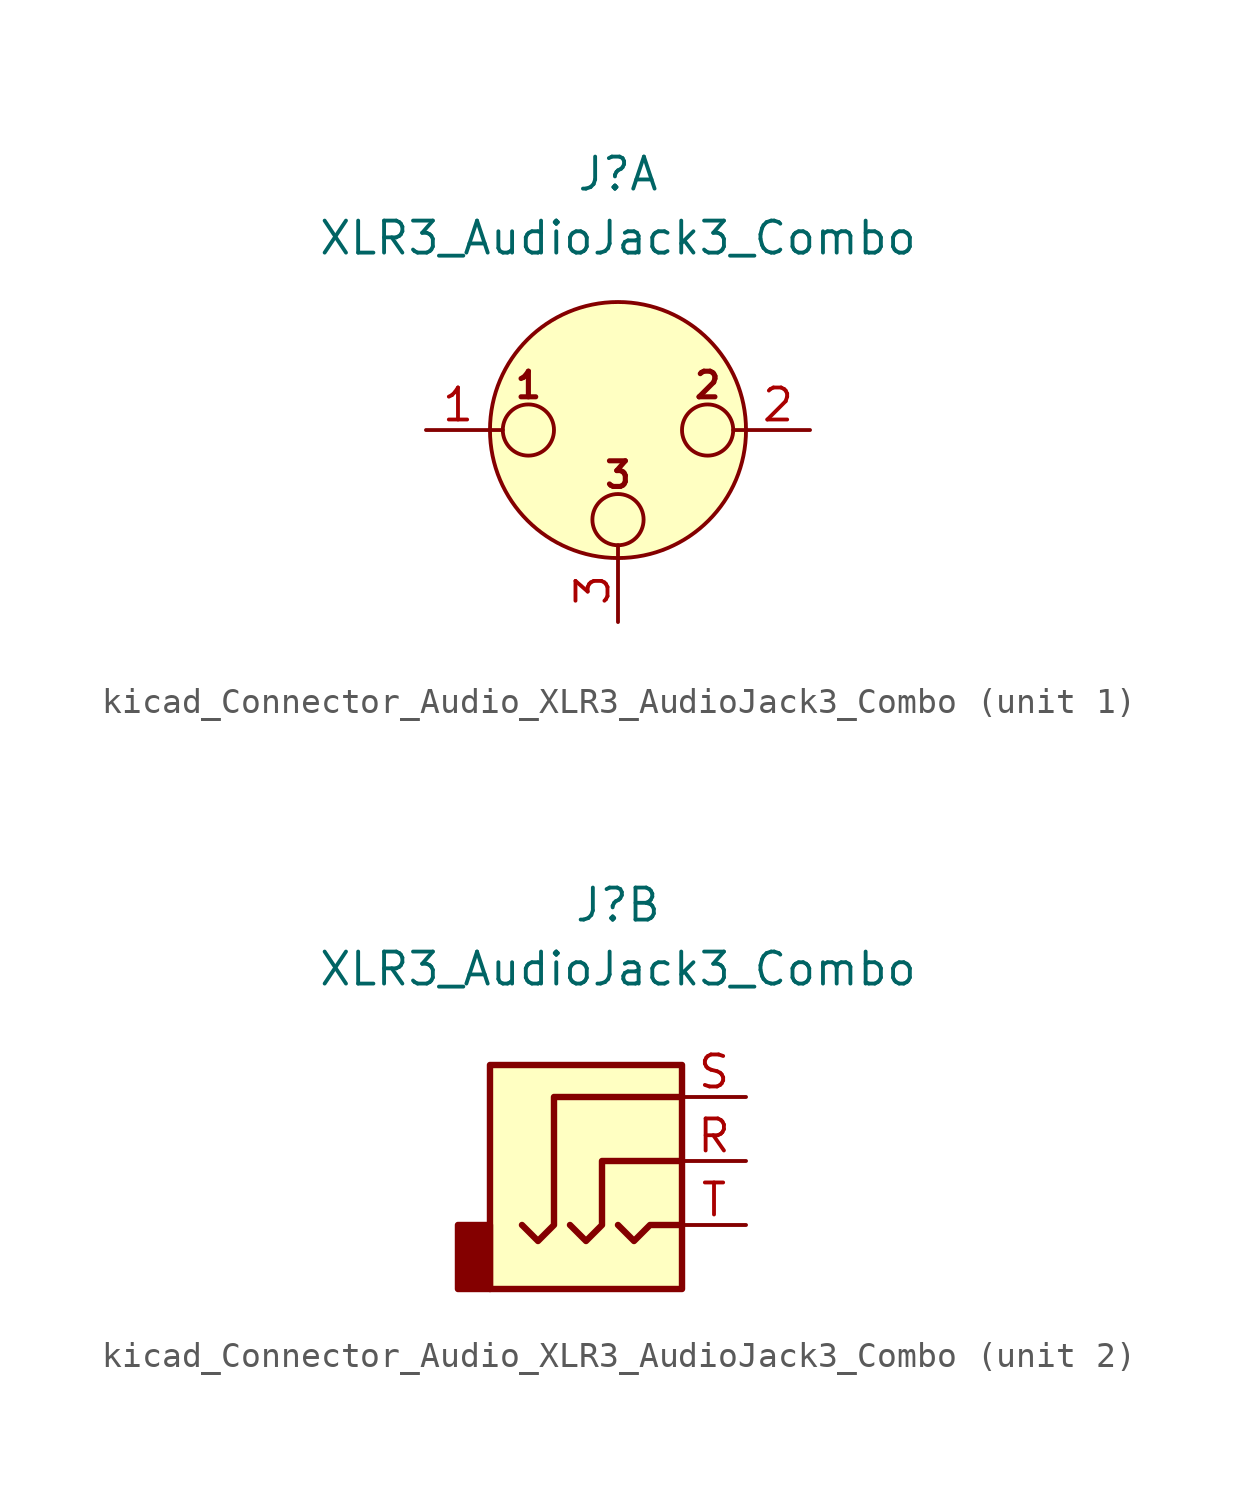
<source format=kicad_sym>
(kicad_symbol_lib
  (version 20220914)
  (generator kicad_symbol_editor)
  (symbol "kicad_Connector_Audio_XLR3_AudioJack3_Combo"
    (pin_names hide)
    (property "Reference" "J"
      (at 0 10.16 0)
      (effects (font (size 1.27 1.27))))
    (property "Value" "XLR3_AudioJack3_Combo"
      (at 0 7.62 0)
      (effects (font (size 1.27 1.27))))
    (symbol "kicad_Connector_Audio_XLR3_AudioJack3_Combo_1_1"
      (circle (center -3.556 0) (radius 1.016) (stroke (width 0) (type default)) (fill (type none)))
      (circle (center 0 -3.556) (radius 1.016) (stroke (width 0) (type default)) (fill (type none)))
      (polyline (pts (xy -5.08 0) (xy -4.572 0)) (stroke (width 0) (type default)) (fill (type none)))
      (polyline (pts (xy 0 -5.08) (xy 0 -4.572)) (stroke (width 0) (type default)) (fill (type none)))
      (polyline (pts (xy 5.08 0) (xy 4.572 0)) (stroke (width 0) (type default)) (fill (type none)))
      (circle (center 0 0) (radius 5.08) (stroke (width 0) (type default)) (fill (type background)))
      (circle (center 3.556 0) (radius 1.016) (stroke (width 0) (type default)) (fill (type none)))
      (text "1" (at -3.556 1.778 0) (effects (font (size 1.016 1.016) bold)))
      (text "2" (at 3.556 1.778 0) (effects (font (size 1.016 1.016) bold)))
      (text "3" (at 0 -1.778 0) (effects (font (size 1.016 1.016) bold)))
      (pin passive line (at -7.62 0 0) (length 2.54) (name "~" (effects (font (size 1.27 1.27)))) (number "1" (effects (font (size 1.27 1.27)))))
      (pin passive line (at 7.62 0 180) (length 2.54) (name "~" (effects (font (size 1.27 1.27)))) (number "2" (effects (font (size 1.27 1.27)))))
      (pin passive line (at 0 -7.62 90) (length 2.54) (name "~" (effects (font (size 1.27 1.27)))) (number "3" (effects (font (size 1.27 1.27))))))
    (symbol "kicad_Connector_Audio_XLR3_AudioJack3_Combo_2_1"
      (rectangle (start -5.08 -2.54) (end -6.35 -5.08) (stroke (width 0.254) (type default)) (fill (type outline)))
      (polyline (pts (xy 0 -2.54) (xy 0.635 -3.175) (xy 1.27 -2.54) (xy 2.54 -2.54)) (stroke (width 0.254) (type default)) (fill (type none)))
      (polyline (pts (xy -1.905 -2.54) (xy -1.27 -3.175) (xy -0.635 -2.54) (xy -0.635 0) (xy 2.54 0)) (stroke (width 0.254) (type default)) (fill (type none)))
      (polyline (pts (xy 2.54 2.54) (xy -2.54 2.54) (xy -2.54 -2.54) (xy -3.175 -3.175) (xy -3.81 -2.54)) (stroke (width 0.254) (type default)) (fill (type none)))
      (rectangle (start 2.54 3.81) (end -5.08 -5.08) (stroke (width 0.254) (type default)) (fill (type background)))
      (pin passive line (at 5.08 0 180) (length 2.54) (name "~" (effects (font (size 1.27 1.27)))) (number "R" (effects (font (size 1.27 1.27)))))
      (pin passive line (at 5.08 2.54 180) (length 2.54) (name "~" (effects (font (size 1.27 1.27)))) (number "S" (effects (font (size 1.27 1.27)))))
      (pin passive line (at 5.08 -2.54 180) (length 2.54) (name "~" (effects (font (size 1.27 1.27)))) (number "T" (effects (font (size 1.27 1.27))))))))
</source>
